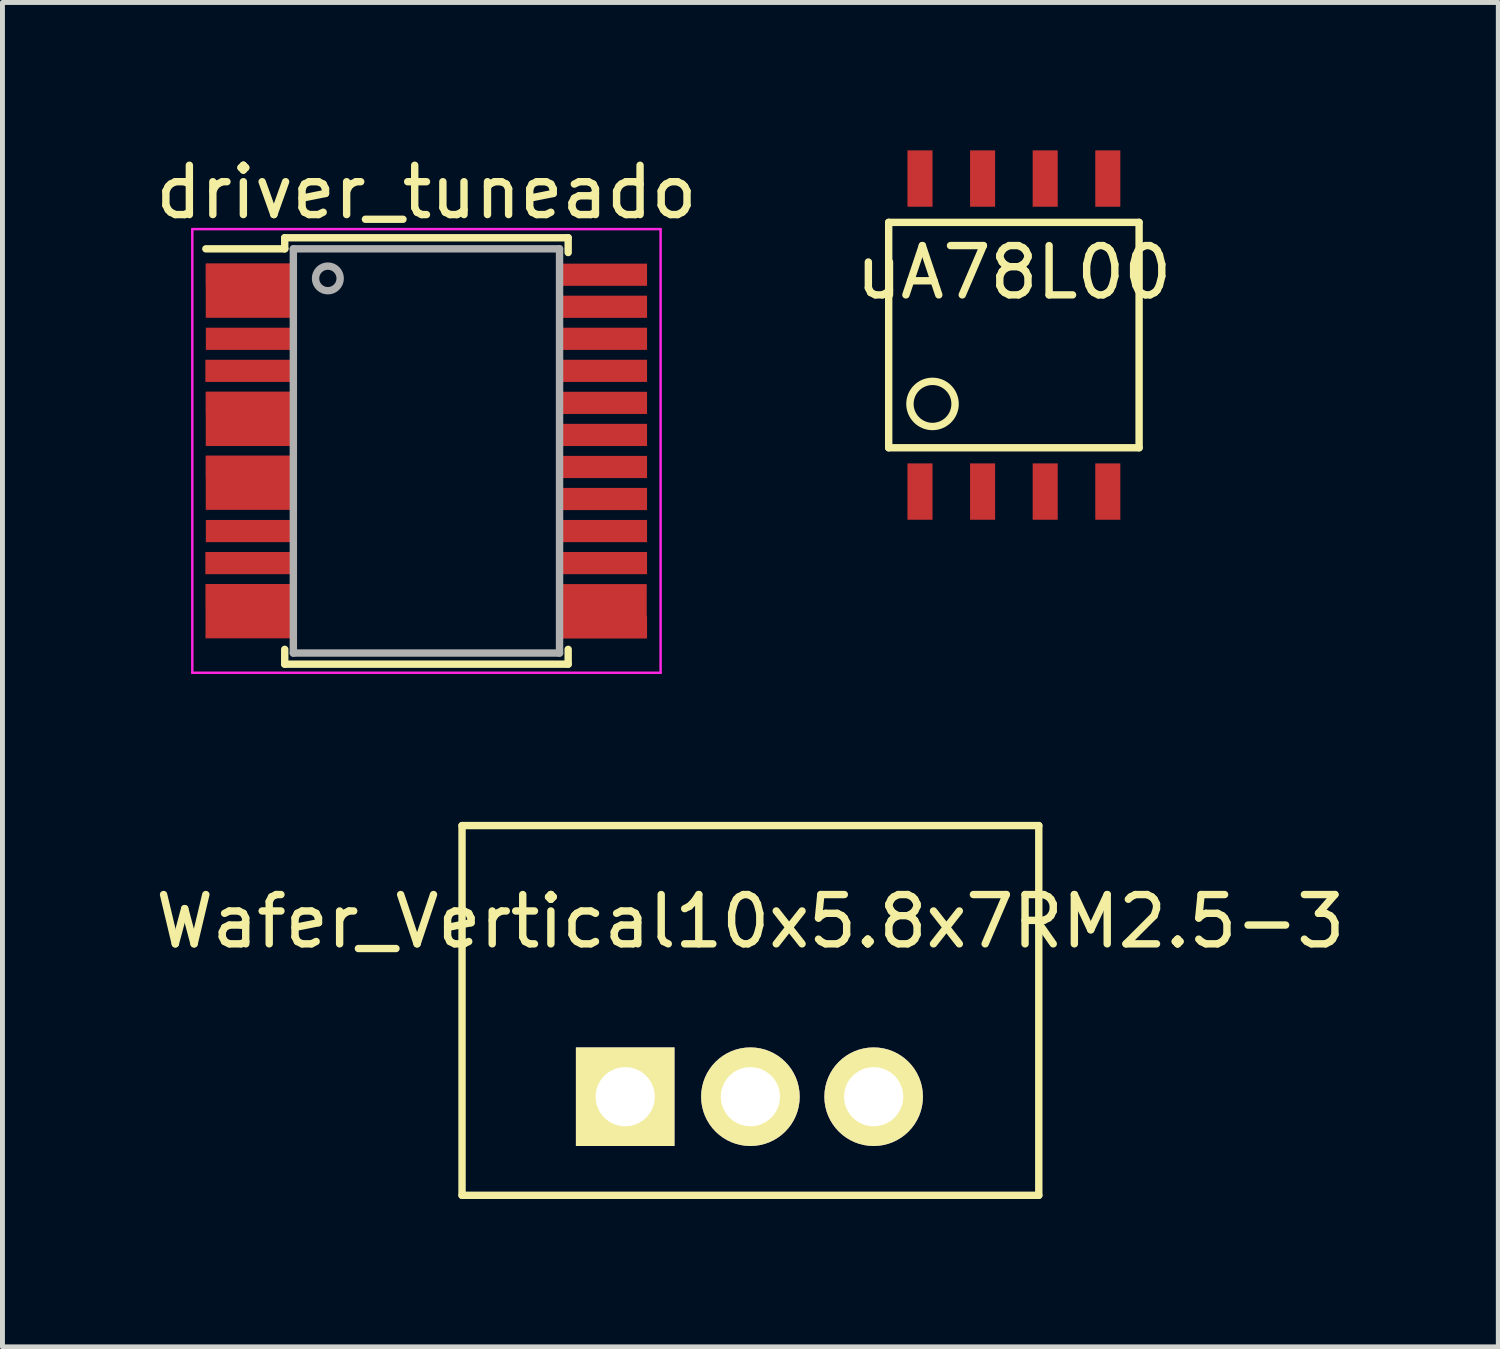
<source format=kicad_pcb>
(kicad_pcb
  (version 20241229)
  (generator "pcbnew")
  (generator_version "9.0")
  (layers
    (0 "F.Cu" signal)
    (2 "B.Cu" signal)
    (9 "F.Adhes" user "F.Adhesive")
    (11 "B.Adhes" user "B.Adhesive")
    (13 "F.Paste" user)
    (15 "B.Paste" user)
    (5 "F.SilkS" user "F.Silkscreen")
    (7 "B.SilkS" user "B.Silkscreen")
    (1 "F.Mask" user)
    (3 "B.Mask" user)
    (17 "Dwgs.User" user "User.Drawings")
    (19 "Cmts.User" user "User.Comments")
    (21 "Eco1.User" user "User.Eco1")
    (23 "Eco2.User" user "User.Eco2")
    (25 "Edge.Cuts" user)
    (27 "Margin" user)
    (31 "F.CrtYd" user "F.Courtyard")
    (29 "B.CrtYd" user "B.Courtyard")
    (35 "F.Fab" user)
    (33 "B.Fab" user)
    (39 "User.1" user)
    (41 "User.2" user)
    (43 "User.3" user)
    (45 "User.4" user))
  (footprint "driver_tuneado"
    (layer "F.Cu")
    (at 5.601 6.098)
    (property "Reference" "driver_tuneado" (at 0 -5.25 0) (layer "F.SilkS") (effects (font (size 1 1) (thickness 0.15))))
    (attr smd)
    (fp_line (start -2.875 -4.325) (end -2.875 -4.1) (stroke (width 0.15) (type solid)) (layer "F.SilkS"))
    (fp_line (start -2.875 -4.325) (end 2.875 -4.325) (stroke (width 0.15) (type solid)) (layer "F.SilkS"))
    (fp_line (start -2.875 -4.1) (end -4.475 -4.1) (stroke (width 0.15) (type solid)) (layer "F.SilkS"))
    (fp_line (start -2.875 4.325) (end -2.875 4.025) (stroke (width 0.15) (type solid)) (layer "F.SilkS"))
    (fp_line (start -2.875 4.325) (end 2.875 4.325) (stroke (width 0.15) (type solid)) (layer "F.SilkS"))
    (fp_line (start 2.875 -4.325) (end 2.875 -4.025) (stroke (width 0.15) (type solid)) (layer "F.SilkS"))
    (fp_line (start 2.875 4.325) (end 2.875 4.025) (stroke (width 0.15) (type solid)) (layer "F.SilkS"))
    (fp_line (start -4.75 -4.5) (end -4.75 4.5) (stroke (width 0.05) (type solid)) (layer "F.CrtYd"))
    (fp_line (start -4.75 -4.5) (end 4.75 -4.5) (stroke (width 0.05) (type solid)) (layer "F.CrtYd"))
    (fp_line (start -4.75 4.5) (end 4.75 4.5) (stroke (width 0.05) (type solid)) (layer "F.CrtYd"))
    (fp_line (start 4.75 -4.5) (end 4.75 4.5) (stroke (width 0.05) (type solid)) (layer "F.CrtYd"))
    (fp_line (start -2.7 -4.1) (end 2.7 -4.1) (stroke (width 0.15) (type solid)) (layer "F.Fab"))
    (fp_line (start -2.7 4.1) (end -2.7 -4.1) (stroke (width 0.15) (type solid)) (layer "F.Fab"))
    (fp_line (start 2.7 -4.1) (end 2.7 4.1) (stroke (width 0.15) (type solid)) (layer "F.Fab"))
    (fp_line (start 2.7 4.1) (end -2.7 4.1) (stroke (width 0.15) (type solid)) (layer "F.Fab"))
    (fp_circle (center -2 -3.5) (end -2.25 -3.5) (stroke (width 0.15) (type solid)) (fill no) (layer "F.Fab"))
    (pad "1" smd rect (at -3.6 -3.575) (size 1.75 0.45) (layers "F.Cu" "F.Mask" "F.Paste"))
    (pad "2" smd rect (at -3.602 -3.251) (size 1.75 1.1) (layers "F.Cu" "F.Mask" "F.Paste"))
    (pad "3" smd rect (at -3.6 -2.275) (size 1.75 0.45) (layers "F.Cu" "F.Mask" "F.Paste"))
    (pad "4" smd rect (at -3.61 -1.625) (size 1.75 0.45) (layers "F.Cu" "F.Mask" "F.Paste"))
    (pad "5" smd rect (at -3.6 -0.975) (size 1.75 0.45) (layers "F.Cu" "F.Mask" "F.Paste"))
    (pad "6" smd rect (at -3.602 -0.65) (size 1.75 1.1) (layers "F.Cu" "F.Mask" "F.Paste"))
    (pad "7" smd rect (at -3.6 0.325) (size 1.75 0.45) (layers "F.Cu" "F.Mask" "F.Paste"))
    (pad "8" smd rect (at -3.602 0.645) (size 1.75 1.1) (layers "F.Cu" "F.Mask" "F.Paste"))
    (pad "9" smd rect (at -3.6 1.625) (size 1.75 0.45) (layers "F.Cu" "F.Mask" "F.Paste"))
    (pad "10" smd rect (at -3.61 2.275) (size 1.75 0.45) (layers "F.Cu" "F.Mask" "F.Paste"))
    (pad "11" smd rect (at -3.6 2.925) (size 1.75 0.45) (layers "F.Cu" "F.Mask" "F.Paste"))
    (pad "12" smd rect (at -3.607 3.251) (size 1.75 1.1) (layers "F.Cu" "F.Mask" "F.Paste"))
    (pad "13" smd rect (at 3.6 3.575) (size 1.75 0.45) (layers "F.Cu" "F.Mask" "F.Paste"))
    (pad "14" smd rect (at 3.594 3.251) (size 1.75 1.1) (layers "F.Cu" "F.Mask" "F.Paste"))
    (pad "15" smd rect (at 3.6 2.275) (size 1.75 0.45) (layers "F.Cu" "F.Mask" "F.Paste"))
    (pad "16" smd rect (at 3.6 1.625) (size 1.75 0.45) (layers "F.Cu" "F.Mask" "F.Paste"))
    (pad "17" smd rect (at 3.6 0.975) (size 1.75 0.45) (layers "F.Cu" "F.Mask" "F.Paste"))
    (pad "18" smd rect (at 3.6 0.325) (size 1.75 0.45) (layers "F.Cu" "F.Mask" "F.Paste"))
    (pad "19" smd rect (at 3.6 -0.325) (size 1.75 0.45) (layers "F.Cu" "F.Mask" "F.Paste"))
    (pad "20" smd rect (at 3.6 -0.975) (size 1.75 0.45) (layers "F.Cu" "F.Mask" "F.Paste"))
    (pad "21" smd rect (at 3.6 -1.625) (size 1.75 0.45) (layers "F.Cu" "F.Mask" "F.Paste"))
    (pad "22" smd rect (at 3.6 -2.275) (size 1.75 0.45) (layers "F.Cu" "F.Mask" "F.Paste"))
    (pad "23" smd rect (at 3.6 -2.925) (size 1.75 0.45) (layers "F.Cu" "F.Mask" "F.Paste"))
    (pad "24" smd rect (at 3.6 -3.575) (size 1.75 0.45) (layers "F.Cu" "F.Mask" "F.Paste")))
  (footprint "Wafer_Vertical10x5.8x7RM2.5-3"
    (layer "F.Cu")
    (at 12.173 19.198)
    (property "Reference" "Wafer_Vertical10x5.8x7RM2.5-3" (at 0 -3.556 0) (layer "F.SilkS") (effects (font (size 1 1) (thickness 0.15))))
    (attr through_hole)
    (fp_line (start -5.85 -5.5) (end 5.85 -5.5) (stroke (width 0.15) (type solid)) (layer "F.SilkS"))
    (fp_line (start -5.85 2) (end -5.85 -5.5) (stroke (width 0.15) (type solid)) (layer "F.SilkS"))
    (fp_line (start -5.85 2) (end 5.85 2) (stroke (width 0.15) (type solid)) (layer "F.SilkS"))
    (fp_line (start 5.85 2) (end 5.85 -5.5) (stroke (width 0.15) (type solid)) (layer "F.SilkS"))
    (pad "1" thru_hole rect (at -2.54 0) (size 2 2) (drill 1.2) (layers "*.Cu" "*.Mask" "F.SilkS"))
    (pad "2" thru_hole circle (at 0 0) (size 2 2) (drill 1.2) (layers "*.Cu" "*.Mask" "F.SilkS"))
    (pad "3" thru_hole circle (at 2.5 0) (size 2 2) (drill 1.2) (layers "*.Cu" "*.Mask" "F.SilkS")))
  (footprint "uA78L00"
    (layer "F.Cu")
    (at 17.518 3.747)
    (property "Reference" "uA78L00" (at 0 -1.27 0) (layer "F.SilkS") (effects (font (size 1 1) (thickness 0.15))))
    (attr smd)
    (fp_line (start -2.54 -2.286) (end 2.54 -2.286) (stroke (width 0.15) (type solid)) (layer "F.SilkS"))
    (fp_line (start -2.54 2.286) (end -2.54 -2.286) (stroke (width 0.15) (type solid)) (layer "F.SilkS"))
    (fp_line (start 2.54 -2.286) (end 2.54 2.286) (stroke (width 0.15) (type solid)) (layer "F.SilkS"))
    (fp_line (start 2.54 2.286) (end -2.54 2.286) (stroke (width 0.15) (type solid)) (layer "F.SilkS"))
    (fp_circle (center -1.651 1.397) (end -2.032 1.143) (stroke (width 0.15) (type solid)) (fill no) (layer "F.SilkS"))
    (pad "1" smd rect (at -1.905 -3.175) (size 0.508 1.143) (layers "F.Cu" "F.Mask" "F.Paste"))
    (pad "2" smd rect (at -0.635 -3.175) (size 0.508 1.143) (layers "F.Cu" "F.Mask" "F.Paste"))
    (pad "2" smd rect (at -0.635 3.175) (size 0.508 1.143) (layers "F.Cu" "F.Mask" "F.Paste"))
    (pad "2" smd rect (at 0.635 -3.175) (size 0.508 1.143) (layers "F.Cu" "F.Mask" "F.Paste"))
    (pad "2" smd rect (at 0.635 3.175) (size 0.508 1.143) (layers "F.Cu" "F.Mask" "F.Paste"))
    (pad "3" smd rect (at -1.905 3.175) (size 0.508 1.143) (layers "F.Cu" "F.Mask" "F.Paste"))
    (pad "4" smd rect (at 1.905 3.175) (size 0.508 1.143) (layers "F.Cu" "F.Mask" "F.Paste"))
    (pad "5" smd rect (at 1.905 -3.175) (size 0.508 1.143) (layers "F.Cu" "F.Mask" "F.Paste")))
  (gr_rect
    (start -3 -3)
    (end 27.345 24.273)
    (stroke (width 0.1) (type default))
    (fill no)
    (layer "Edge.Cuts")))
</source>
